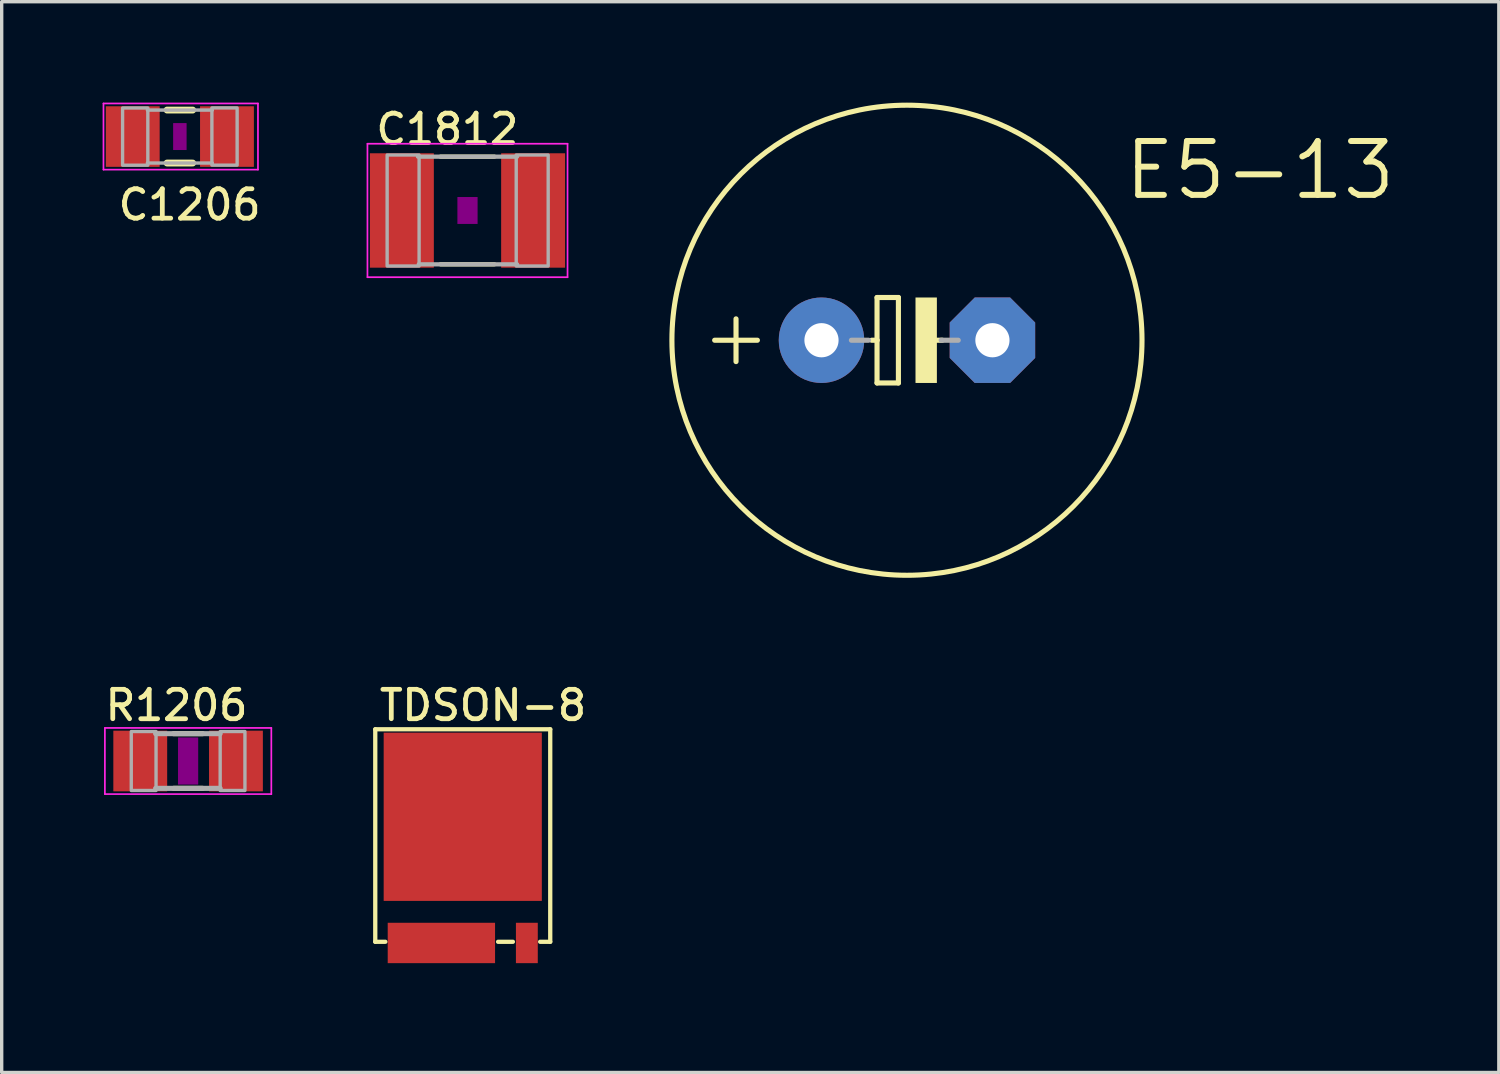
<source format=kicad_pcb>
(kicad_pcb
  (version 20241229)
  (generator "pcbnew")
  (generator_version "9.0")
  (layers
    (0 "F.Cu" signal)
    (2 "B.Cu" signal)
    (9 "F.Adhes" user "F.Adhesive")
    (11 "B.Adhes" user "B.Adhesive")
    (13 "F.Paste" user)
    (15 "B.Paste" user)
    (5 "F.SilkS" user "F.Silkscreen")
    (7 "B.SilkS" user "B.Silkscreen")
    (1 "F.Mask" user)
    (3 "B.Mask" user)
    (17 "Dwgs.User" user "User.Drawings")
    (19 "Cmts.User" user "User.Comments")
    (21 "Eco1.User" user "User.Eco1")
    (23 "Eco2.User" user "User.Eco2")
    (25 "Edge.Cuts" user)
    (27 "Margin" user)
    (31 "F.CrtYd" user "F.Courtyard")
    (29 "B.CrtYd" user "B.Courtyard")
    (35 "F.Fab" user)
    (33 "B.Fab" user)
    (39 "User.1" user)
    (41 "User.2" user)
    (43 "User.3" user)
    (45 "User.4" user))
  (footprint "C1206"
    (layer "F.Cu")
    (at 2.295 1.008)
    (property "Reference" "C1206" (at -1.905 2.54 0) (layer "F.SilkS") (effects (font (size 0.874 0.874) (thickness 0.142)) (justify left bottom)))
    (fp_line (start -0.381 -0.787) (end 0.381 -0.787) (stroke (width 0.203) (type solid)) (layer "F.SilkS"))
    (fp_line (start -0.381 0.787) (end 0.381 0.787) (stroke (width 0.203) (type solid)) (layer "F.SilkS"))
    (fp_poly (pts (xy -0.2 0.4) (xy 0.2 0.4) (xy 0.2 -0.4) (xy -0.2 -0.4)) (stroke (width 0) (type default)) (fill yes) (layer "F.Adhes"))
    (fp_line (start -2.27 -0.983) (end 2.321 -0.983) (stroke (width 0.051) (type solid)) (layer "F.CrtYd"))
    (fp_line (start -2.27 0.983) (end -2.27 -0.983) (stroke (width 0.051) (type solid)) (layer "F.CrtYd"))
    (fp_line (start 2.321 -0.983) (end 2.321 0.983) (stroke (width 0.051) (type solid)) (layer "F.CrtYd"))
    (fp_line (start 2.321 0.983) (end -2.27 0.983) (stroke (width 0.051) (type solid)) (layer "F.CrtYd"))
    (fp_line (start -0.965 -0.787) (end 0.965 -0.787) (stroke (width 0.102) (type solid)) (layer "F.Fab"))
    (fp_line (start -0.965 0.787) (end 0.965 0.787) (stroke (width 0.102) (type solid)) (layer "F.Fab"))
    (fp_poly (pts (xy -1.702 0.851) (xy -0.952 0.851) (xy -0.952 -0.849) (xy -1.702 -0.849)) (stroke (width 0.1) (type default)) (fill no) (layer "F.Fab"))
    (fp_poly (pts (xy 0.952 0.849) (xy 1.702 0.849) (xy 1.702 -0.851) (xy 0.952 -0.851)) (stroke (width 0.1) (type default)) (fill no) (layer "F.Fab"))
    (pad "1" smd rect (at -1.4 0) (size 1.6 1.8) (layers "F.Cu" "F.Mask" "F.Paste"))
    (pad "2" smd rect (at 1.4 0) (size 1.6 1.8) (layers "F.Cu" "F.Mask" "F.Paste")))
  (footprint "TDSON-8"
    (layer "F.Cu")
    (at 10.702 25.573)
    (property "Reference" "TDSON-8" (at -2.55 -7.15 0) (layer "F.SilkS") (effects (font (size 0.874 0.874) (thickness 0.142)) (justify left bottom)))
    (fp_poly (pts (xy -2.35 -1.85) (xy 2.35 -1.85) (xy 2.35 -6.85) (xy -2.35 -6.85)) (stroke (width 0) (type default)) (fill yes) (layer "F.Mask"))
    (fp_poly (pts (xy -2.23 0) (xy 0.96 0) (xy 0.96 -1.2) (xy -2.23 -1.2)) (stroke (width 0) (type default)) (fill yes) (layer "F.Mask"))
    (fp_poly (pts (xy 1.58 0) (xy 2.23 0) (xy 2.23 -1.2) (xy 1.58 -1.2)) (stroke (width 0) (type default)) (fill yes) (layer "F.Mask"))
    (fp_line (start -2.6 -6.95) (end 2.6 -6.95) (stroke (width 0.127) (type solid)) (layer "F.SilkS"))
    (fp_line (start -2.6 -0.635) (end -2.6 -6.95) (stroke (width 0.127) (type solid)) (layer "F.SilkS"))
    (fp_line (start -2.6 -0.635) (end -2.3 -0.635) (stroke (width 0.127) (type solid)) (layer "F.SilkS"))
    (fp_line (start 1.49 -0.635) (end 1.05 -0.635) (stroke (width 0.127) (type solid)) (layer "F.SilkS"))
    (fp_line (start 2.6 -0.635) (end 2.3 -0.635) (stroke (width 0.127) (type solid)) (layer "F.SilkS"))
    (fp_line (start 2.6 -0.635) (end 2.6 -6.95) (stroke (width 0.127) (type solid)) (layer "F.SilkS"))
    (pad "D" smd rect (at 0 -4.35) (size 4.7 5) (layers "F.Cu" "F.Paste"))
    (pad "G" smd rect (at 1.905 -0.6) (size 0.65 1.2) (layers "F.Cu" "F.Paste"))
    (pad "S" smd rect (at -0.635 -0.6) (size 3.19 1.2) (layers "F.Cu" "F.Paste")))
  (footprint "E5-13"
    (layer "F.Cu")
    (at 23.903 7.061)
    (property "Reference" "E5-13" (at 6.375 -4.115 0) (layer "F.SilkS") (effects (font (size 1.6 1.6) (thickness 0.178)) (justify left bottom)))
    (fp_line (start -5.715 0) (end -4.445 0) (stroke (width 0.152) (type solid)) (layer "F.SilkS"))
    (fp_line (start -5.08 0.635) (end -5.08 -0.635) (stroke (width 0.152) (type solid)) (layer "F.SilkS"))
    (fp_line (start -1.05 0) (end -0.889 0) (stroke (width 0.152) (type solid)) (layer "F.SilkS"))
    (fp_line (start -0.889 -1.27) (end -0.889 0) (stroke (width 0.152) (type solid)) (layer "F.SilkS"))
    (fp_line (start -0.889 0) (end -0.889 1.27) (stroke (width 0.152) (type solid)) (layer "F.SilkS"))
    (fp_line (start -0.889 1.27) (end -0.254 1.27) (stroke (width 0.152) (type solid)) (layer "F.SilkS"))
    (fp_line (start -0.254 -1.27) (end -0.889 -1.27) (stroke (width 0.152) (type solid)) (layer "F.SilkS"))
    (fp_line (start -0.254 1.27) (end -0.254 -1.27) (stroke (width 0.152) (type solid)) (layer "F.SilkS"))
    (fp_line (start 0.635 0) (end 1.05 0) (stroke (width 0.152) (type solid)) (layer "F.SilkS"))
    (fp_circle (center 0 0) (end 6.985 0) (stroke (width 0.152) (type solid)) (fill no) (layer "F.SilkS"))
    (fp_poly (pts (xy 0.254 1.27) (xy 0.889 1.27) (xy 0.889 -1.27) (xy 0.254 -1.27)) (stroke (width 0) (type default)) (fill yes) (layer "F.SilkS"))
    (fp_line (start -1.651 0) (end -1.143 0) (stroke (width 0.152) (type solid)) (layer "F.Fab"))
    (fp_line (start 1.016 0) (end 1.524 0) (stroke (width 0.152) (type solid)) (layer "F.Fab"))
    (pad "+" thru_hole circle (at -2.54 0) (size 2.54 2.54) (drill 1.016) (layers "*.Cu" "*.Mask"))
    (pad "-" thru_hole roundrect (at 2.54 0) (size 2.54 2.54) (drill 1.016) (layers "*.Cu" "*.Mask") (roundrect_rratio 0.25) (chamfer_ratio 0.293) (chamfer top_left top_right bottom_left bottom_right)))
  (footprint "C1812"
    (layer "F.Cu")
    (at 10.843 3.205)
    (property "Reference" "C1812" (at -2.794 -1.905 0) (layer "F.SilkS") (effects (font (size 0.874 0.874) (thickness 0.142)) (justify left bottom)))
    (fp_line (start -0.8 -1.6) (end 0.8 -1.6) (stroke (width 0.127) (type solid)) (layer "F.SilkS"))
    (fp_line (start -0.8 1.6) (end 0.8 1.6) (stroke (width 0.127) (type solid)) (layer "F.SilkS"))
    (fp_poly (pts (xy -0.3 0.4) (xy 0.3 0.4) (xy 0.3 -0.4) (xy -0.3 -0.4)) (stroke (width 0) (type default)) (fill yes) (layer "F.Adhes"))
    (fp_line (start -2.973 -1.983) (end 2.973 -1.983) (stroke (width 0.051) (type solid)) (layer "F.CrtYd"))
    (fp_line (start -2.973 1.983) (end -2.973 -1.983) (stroke (width 0.051) (type solid)) (layer "F.CrtYd"))
    (fp_line (start 2.973 -1.983) (end 2.973 1.983) (stroke (width 0.051) (type solid)) (layer "F.CrtYd"))
    (fp_line (start 2.973 1.983) (end -2.973 1.983) (stroke (width 0.051) (type solid)) (layer "F.CrtYd"))
    (fp_line (start -1.473 -1.6) (end 1.473 -1.6) (stroke (width 0.127) (type solid)) (layer "F.Fab"))
    (fp_line (start -1.448 1.6) (end 1.473 1.6) (stroke (width 0.127) (type solid)) (layer "F.Fab"))
    (fp_poly (pts (xy -2.388 1.651) (xy -1.438 1.651) (xy -1.438 -1.649) (xy -2.388 -1.649)) (stroke (width 0.1) (type default)) (fill no) (layer "F.Fab"))
    (fp_poly (pts (xy 1.448 1.651) (xy 2.398 1.651) (xy 2.398 -1.649) (xy 1.448 -1.649)) (stroke (width 0.1) (type default)) (fill no) (layer "F.Fab"))
    (pad "1" smd rect (at -1.95 0) (size 1.9 3.4) (layers "F.Cu" "F.Mask" "F.Paste"))
    (pad "2" smd rect (at 1.95 0) (size 1.9 3.4) (layers "F.Cu" "F.Mask" "F.Paste")))
  (footprint "R1206"
    (layer "F.Cu")
    (at 2.54 19.566)
    (property "Reference" "R1206" (at -2.54 -1.143 0) (layer "F.SilkS") (effects (font (size 0.874 0.874) (thickness 0.142)) (justify left bottom)))
    (fp_line (start -0.432 -0.813) (end 0.432 -0.813) (stroke (width 0.152) (type solid)) (layer "F.SilkS"))
    (fp_line (start -0.432 0.813) (end 0.432 0.813) (stroke (width 0.152) (type solid)) (layer "F.SilkS"))
    (fp_poly (pts (xy -0.3 0.7) (xy 0.3 0.7) (xy 0.3 -0.7) (xy -0.3 -0.7)) (stroke (width 0) (type default)) (fill yes) (layer "F.Adhes"))
    (fp_line (start -2.473 -0.983) (end 2.473 -0.983) (stroke (width 0.051) (type solid)) (layer "F.CrtYd"))
    (fp_line (start -2.473 0.983) (end -2.473 -0.983) (stroke (width 0.051) (type solid)) (layer "F.CrtYd"))
    (fp_line (start 2.473 -0.983) (end 2.473 0.983) (stroke (width 0.051) (type solid)) (layer "F.CrtYd"))
    (fp_line (start 2.473 0.983) (end -2.473 0.983) (stroke (width 0.051) (type solid)) (layer "F.CrtYd"))
    (fp_line (start 0.953 -0.813) (end -0.965 -0.813) (stroke (width 0.152) (type solid)) (layer "F.Fab"))
    (fp_line (start 0.953 0.813) (end -0.965 0.813) (stroke (width 0.152) (type solid)) (layer "F.Fab"))
    (fp_poly (pts (xy -1.689 0.876) (xy -0.953 0.876) (xy -0.953 -0.876) (xy -1.689 -0.876)) (stroke (width 0.1) (type default)) (fill no) (layer "F.Fab"))
    (fp_poly (pts (xy 0.953 0.876) (xy 1.689 0.876) (xy 1.689 -0.876) (xy 0.953 -0.876)) (stroke (width 0.1) (type default)) (fill no) (layer "F.Fab"))
    (pad "1" smd rect (at -1.422 0) (size 1.6 1.803) (layers "F.Cu" "F.Mask" "F.Paste"))
    (pad "2" smd rect (at 1.422 0) (size 1.6 1.803) (layers "F.Cu" "F.Mask" "F.Paste")))
  (gr_rect
    (start -3 -3)
    (end 41.492 28.823)
    (stroke (width 0.1) (type default))
    (fill no)
    (layer "Edge.Cuts")))
</source>
